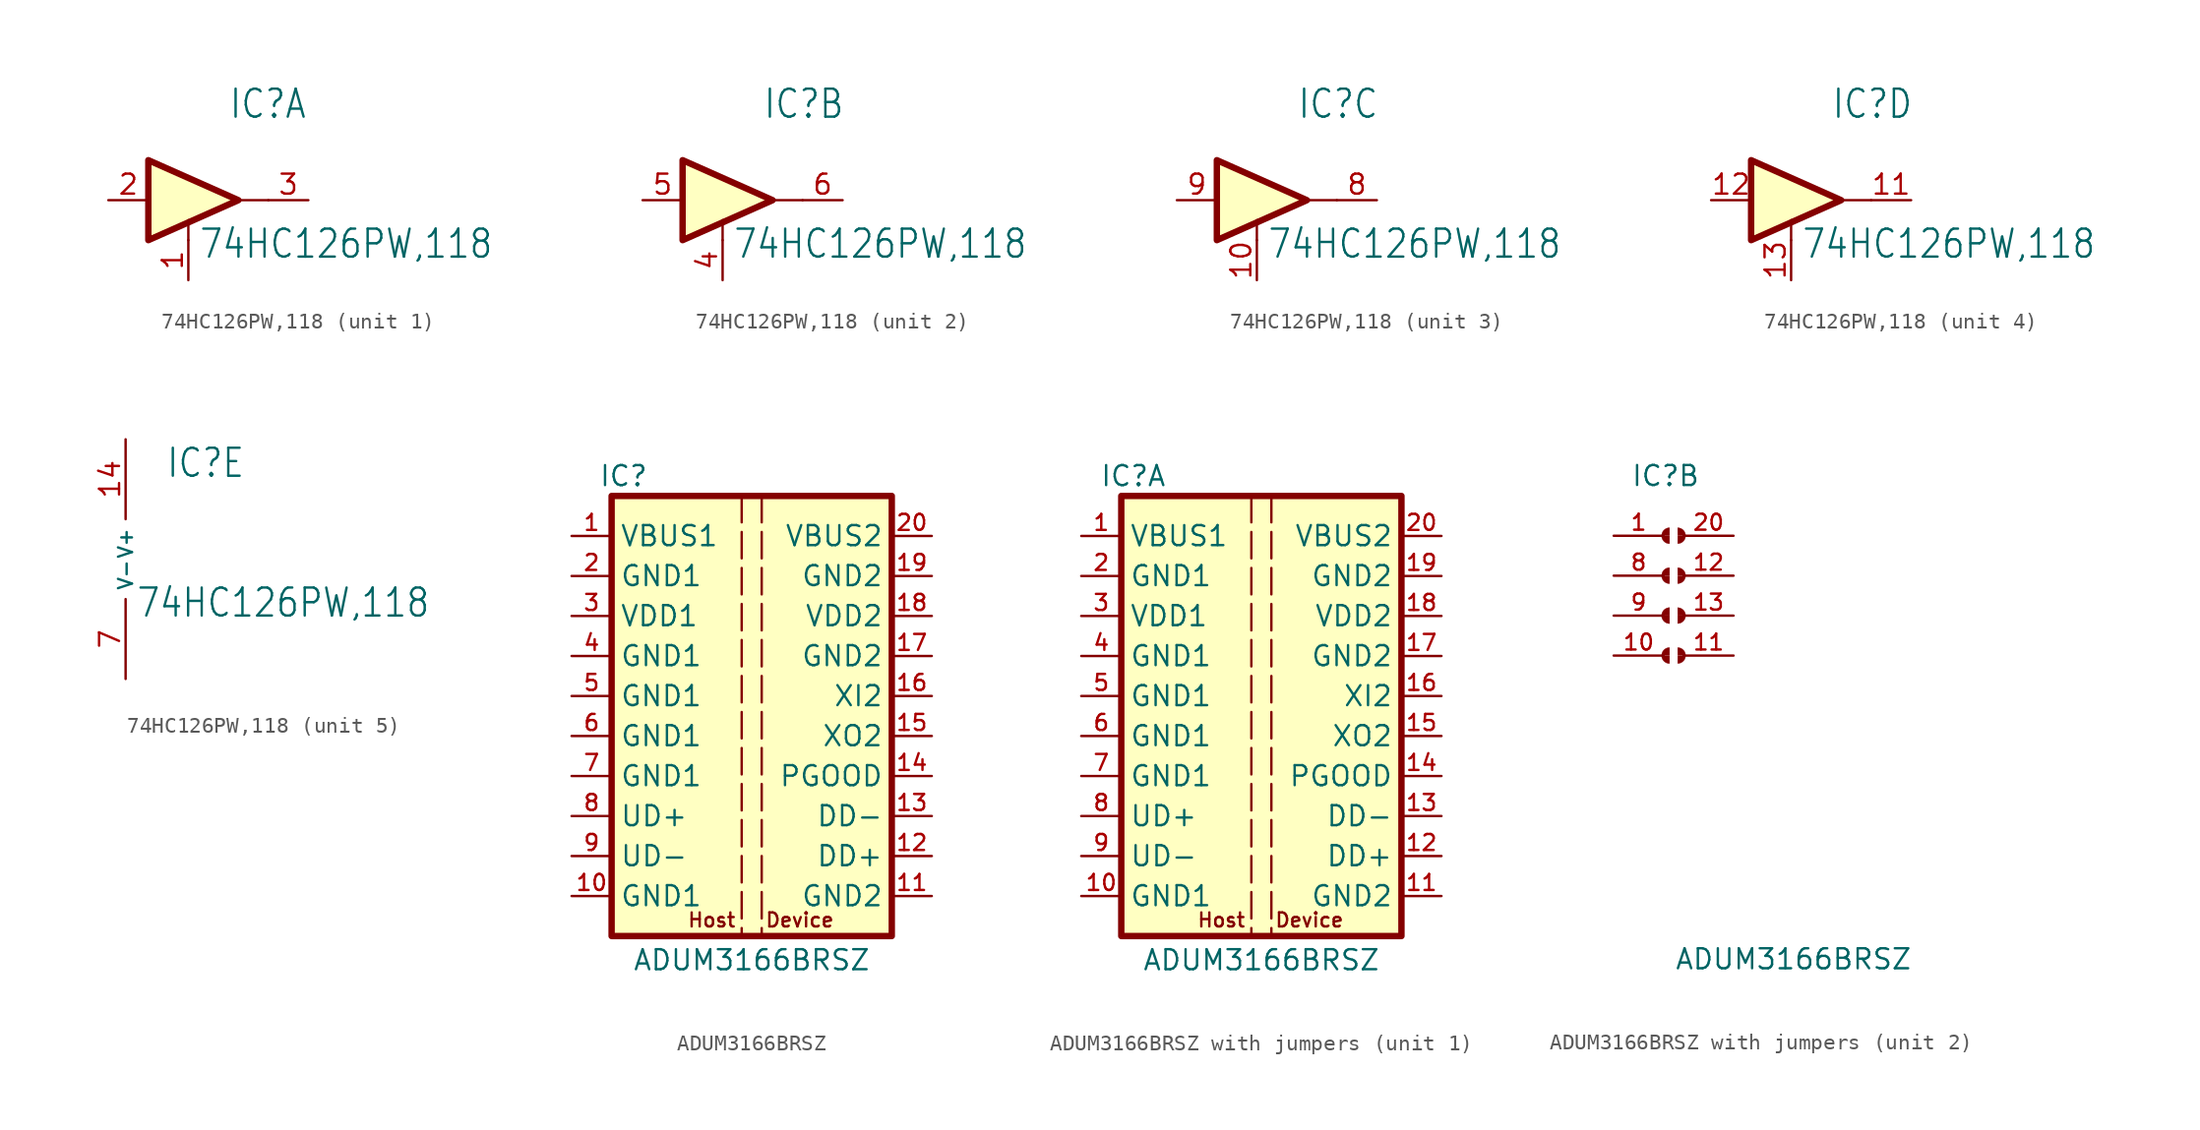
<source format=kicad_sym>
(kicad_symbol_lib
  (version 20241209)
  (generator "kicad_symbol_editor")
  (generator_version "9.0")
  (symbol "74HC126PW,118"
    (property "Reference" "IC"
      (at 2.54 5.08 0)
      (effects (font (size 1.778 1.511)) (justify left bottom)))
    (property "Value" "74HC126PW,118"
      (at 0.635 -3.81 0)
      (effects (font (size 1.778 1.511)) (justify left bottom)))
    (property "ki_locked" ""
      (at 0 0 0)
      (effects (font (size 1.27 1.27))))
    (symbol "74HC126PW,118_1_0"
      (polyline (pts (xy 0 -2.54) (xy 0 -1.27)) (stroke (width 0.152) (type solid)) (fill (type none)))
      (polyline (pts (xy 5.08 0) (xy 3.175 0)) (stroke (width 0.152) (type solid)) (fill (type none)))
      (pin input line (at -5.08 0 0) (length 2.54) (name "I" (effects (font (size 0 0)))) (number "2" (effects (font (size 1.27 1.27)))))
      (pin input line (at 0 -5.08 90) (length 2.54) (name "EN" (effects (font (size 0 0)))) (number "1" (effects (font (size 1.27 1.27)))))
      (pin tri_state line (at 7.62 0 180) (length 2.54) (name "O" (effects (font (size 0 0)))) (number "3" (effects (font (size 1.27 1.27))))))
    (symbol "74HC126PW,118_1_1"
      (polyline (pts (xy -2.54 2.54) (xy 3.175 0) (xy -2.54 -2.54) (xy -2.54 2.54)) (stroke (width 0.406) (type default)) (fill (type background))))
    (symbol "74HC126PW,118_2_0"
      (polyline (pts (xy 0 -2.54) (xy 0 -1.27)) (stroke (width 0.152) (type solid)) (fill (type none)))
      (polyline (pts (xy 5.08 0) (xy 3.175 0)) (stroke (width 0.152) (type solid)) (fill (type none)))
      (pin input line (at -5.08 0 0) (length 2.54) (name "I" (effects (font (size 0 0)))) (number "5" (effects (font (size 1.27 1.27)))))
      (pin input line (at 0 -5.08 90) (length 2.54) (name "EN" (effects (font (size 0 0)))) (number "4" (effects (font (size 1.27 1.27)))))
      (pin tri_state line (at 7.62 0 180) (length 2.54) (name "O" (effects (font (size 0 0)))) (number "6" (effects (font (size 1.27 1.27))))))
    (symbol "74HC126PW,118_2_1"
      (polyline (pts (xy -2.54 2.54) (xy 3.175 0) (xy -2.54 -2.54) (xy -2.54 2.54)) (stroke (width 0.406) (type default)) (fill (type background))))
    (symbol "74HC126PW,118_3_0"
      (polyline (pts (xy 0 -2.54) (xy 0 -1.27)) (stroke (width 0.152) (type solid)) (fill (type none)))
      (polyline (pts (xy 5.08 0) (xy 3.175 0)) (stroke (width 0.152) (type solid)) (fill (type none)))
      (pin input line (at -5.08 0 0) (length 2.54) (name "I" (effects (font (size 0 0)))) (number "9" (effects (font (size 1.27 1.27)))))
      (pin input line (at 0 -5.08 90) (length 2.54) (name "EN" (effects (font (size 0 0)))) (number "10" (effects (font (size 1.27 1.27)))))
      (pin tri_state line (at 7.62 0 180) (length 2.54) (name "O" (effects (font (size 0 0)))) (number "8" (effects (font (size 1.27 1.27))))))
    (symbol "74HC126PW,118_3_1"
      (polyline (pts (xy -2.54 2.54) (xy 3.175 0) (xy -2.54 -2.54) (xy -2.54 2.54)) (stroke (width 0.406) (type default)) (fill (type background))))
    (symbol "74HC126PW,118_4_0"
      (polyline (pts (xy 0 -2.54) (xy 0 -1.27)) (stroke (width 0.152) (type solid)) (fill (type none)))
      (polyline (pts (xy 5.08 0) (xy 3.175 0)) (stroke (width 0.152) (type solid)) (fill (type none)))
      (pin input line (at -5.08 0 0) (length 2.54) (name "I" (effects (font (size 0 0)))) (number "12" (effects (font (size 1.27 1.27)))))
      (pin input line (at 0 -5.08 90) (length 2.54) (name "EN" (effects (font (size 0 0)))) (number "13" (effects (font (size 1.27 1.27)))))
      (pin tri_state line (at 7.62 0 180) (length 2.54) (name "O" (effects (font (size 0 0)))) (number "11" (effects (font (size 1.27 1.27))))))
    (symbol "74HC126PW,118_4_1"
      (polyline (pts (xy -2.54 2.54) (xy 3.175 0) (xy -2.54 -2.54) (xy -2.54 2.54)) (stroke (width 0.406) (type default)) (fill (type background))))
    (symbol "74HC126PW,118_5_0"
      (pin power_in line (at 0 7.62 270) (length 5.08) (name "V+" (effects (font (size 0.889 0.889)))) (number "14" (effects (font (size 1.27 1.27)))))
      (pin power_in line (at 0 -7.62 90) (length 5.08) (name "V-" (effects (font (size 0.889 0.889)))) (number "7" (effects (font (size 1.27 1.27)))))))
  (symbol "ADUM3166BRSZ"
    (property "Reference" "IC"
      (at 3.302 3.81 0)
      (effects (font (size 1.27 1.27))))
    (property "Value" "ADUM3166BRSZ"
      (at 11.43 -26.924 0)
      (effects (font (size 1.27 1.27))))
    (symbol "ADUM3166BRSZ_1_1"
      (rectangle (start 2.54 2.54) (end 20.32 -25.4) (stroke (width 0.406) (type default)) (fill (type background)))
      (polyline (pts (xy 10.795 2.54) (xy 10.795 -25.4)) (stroke (width 0) (type dash)) (fill (type none)))
      (polyline (pts (xy 12.065 2.54) (xy 12.065 -25.4)) (stroke (width 0) (type dash)) (fill (type none)))
      (text "Host" (at 8.89 -24.384 0) (effects (font (size 0.889 0.889) (color 132 0 0 1))))
      (text "Device" (at 14.478 -24.384 0) (effects (font (size 0.889 0.889) (color 132 0 0 1))))
      (pin power_in line (at 0 0 0) (length 2.54) (name "VBUS1" (effects (font (size 1.27 1.27)))) (number "1" (effects (font (size 1.016 1.016)))))
      (pin power_in line (at 0 -2.54 0) (length 2.54) (name "GND1" (effects (font (size 1.27 1.27)))) (number "2" (effects (font (size 1.016 1.016)))))
      (pin power_in line (at 0 -5.08 0) (length 2.54) (name "VDD1" (effects (font (size 1.27 1.27)))) (number "3" (effects (font (size 1.016 1.016)))))
      (pin power_in line (at 0 -7.62 0) (length 2.54) (name "GND1" (effects (font (size 1.27 1.27)))) (number "4" (effects (font (size 1.016 1.016)))))
      (pin power_in line (at 0 -10.16 0) (length 2.54) (name "GND1" (effects (font (size 1.27 1.27)))) (number "5" (effects (font (size 1.016 1.016)))))
      (pin power_in line (at 0 -12.7 0) (length 2.54) (name "GND1" (effects (font (size 1.27 1.27)))) (number "6" (effects (font (size 1.016 1.016)))))
      (pin power_in line (at 0 -15.24 0) (length 2.54) (name "GND1" (effects (font (size 1.27 1.27)))) (number "7" (effects (font (size 1.016 1.016)))))
      (pin bidirectional line (at 0 -17.78 0) (length 2.54) (name "UD+" (effects (font (size 1.27 1.27)))) (number "8" (effects (font (size 1.016 1.016)))))
      (pin bidirectional line (at 0 -20.32 0) (length 2.54) (name "UD-" (effects (font (size 1.27 1.27)))) (number "9" (effects (font (size 1.016 1.016)))))
      (pin power_out line (at 0 -22.86 0) (length 2.54) (name "GND1" (effects (font (size 1.27 1.27)))) (number "10" (effects (font (size 1.016 1.016)))))
      (pin power_in line (at 22.86 0 180) (length 2.54) (name "VBUS2" (effects (font (size 1.27 1.27)))) (number "20" (effects (font (size 1.016 1.016)))))
      (pin power_in line (at 22.86 -2.54 180) (length 2.54) (name "GND2" (effects (font (size 1.27 1.27)))) (number "19" (effects (font (size 1.016 1.016)))))
      (pin power_in line (at 22.86 -5.08 180) (length 2.54) (name "VDD2" (effects (font (size 1.27 1.27)))) (number "18" (effects (font (size 1.016 1.016)))))
      (pin power_in line (at 22.86 -7.62 180) (length 2.54) (name "GND2" (effects (font (size 1.27 1.27)))) (number "17" (effects (font (size 1.016 1.016)))))
      (pin input line (at 22.86 -10.16 180) (length 2.54) (name "XI2" (effects (font (size 1.27 1.27)))) (number "16" (effects (font (size 1.016 1.016)))))
      (pin output line (at 22.86 -12.7 180) (length 2.54) (name "XO2" (effects (font (size 1.27 1.27)))) (number "15" (effects (font (size 1.016 1.016)))))
      (pin output line (at 22.86 -15.24 180) (length 2.54) (name "PGOOD" (effects (font (size 1.27 1.27)))) (number "14" (effects (font (size 1.016 1.016)))))
      (pin bidirectional line (at 22.86 -17.78 180) (length 2.54) (name "DD-" (effects (font (size 1.27 1.27)))) (number "13" (effects (font (size 1.016 1.016)))))
      (pin bidirectional line (at 22.86 -20.32 180) (length 2.54) (name "DD+" (effects (font (size 1.27 1.27)))) (number "12" (effects (font (size 1.016 1.016)))))
      (pin power_in line (at 22.86 -22.86 180) (length 2.54) (name "GND2" (effects (font (size 1.27 1.27)))) (number "11" (effects (font (size 1.016 1.016)))))))
  (symbol "ADUM3166BRSZ with jumpers"
    (property "Reference" "IC"
      (at 3.302 3.81 0)
      (effects (font (size 1.27 1.27))))
    (property "Value" "ADUM3166BRSZ"
      (at 11.43 -26.924 0)
      (effects (font (size 1.27 1.27))))
    (property "ki_locked" ""
      (at 0 0 0)
      (effects (font (size 1.27 1.27))))
    (symbol "ADUM3166BRSZ with jumpers_1_1"
      (rectangle (start 2.54 2.54) (end 20.32 -25.4) (stroke (width 0.406) (type default)) (fill (type background)))
      (polyline (pts (xy 10.795 2.54) (xy 10.795 -25.4)) (stroke (width 0) (type dash)) (fill (type none)))
      (polyline (pts (xy 12.065 2.54) (xy 12.065 -25.4)) (stroke (width 0) (type dash)) (fill (type none)))
      (text "Host" (at 8.89 -24.384 0) (effects (font (size 0.889 0.889) (color 132 0 0 1))))
      (text "Device" (at 14.478 -24.384 0) (effects (font (size 0.889 0.889) (color 132 0 0 1))))
      (pin power_in line (at 0 0 0) (length 2.54) (name "VBUS1" (effects (font (size 1.27 1.27)))) (number "1" (effects (font (size 1.016 1.016)))))
      (pin power_in line (at 0 -2.54 0) (length 2.54) (name "GND1" (effects (font (size 1.27 1.27)))) (number "2" (effects (font (size 1.016 1.016)))))
      (pin power_in line (at 0 -5.08 0) (length 2.54) (name "VDD1" (effects (font (size 1.27 1.27)))) (number "3" (effects (font (size 1.016 1.016)))))
      (pin power_in line (at 0 -7.62 0) (length 2.54) (name "GND1" (effects (font (size 1.27 1.27)))) (number "4" (effects (font (size 1.016 1.016)))))
      (pin power_in line (at 0 -10.16 0) (length 2.54) (name "GND1" (effects (font (size 1.27 1.27)))) (number "5" (effects (font (size 1.016 1.016)))))
      (pin power_in line (at 0 -12.7 0) (length 2.54) (name "GND1" (effects (font (size 1.27 1.27)))) (number "6" (effects (font (size 1.016 1.016)))))
      (pin power_in line (at 0 -15.24 0) (length 2.54) (name "GND1" (effects (font (size 1.27 1.27)))) (number "7" (effects (font (size 1.016 1.016)))))
      (pin bidirectional line (at 0 -17.78 0) (length 2.54) (name "UD+" (effects (font (size 1.27 1.27)))) (number "8" (effects (font (size 1.016 1.016)))))
      (pin bidirectional line (at 0 -20.32 0) (length 2.54) (name "UD-" (effects (font (size 1.27 1.27)))) (number "9" (effects (font (size 1.016 1.016)))))
      (pin power_out line (at 0 -22.86 0) (length 2.54) (name "GND1" (effects (font (size 1.27 1.27)))) (number "10" (effects (font (size 1.016 1.016)))))
      (pin power_in line (at 22.86 0 180) (length 2.54) (name "VBUS2" (effects (font (size 1.27 1.27)))) (number "20" (effects (font (size 1.016 1.016)))))
      (pin power_in line (at 22.86 -2.54 180) (length 2.54) (name "GND2" (effects (font (size 1.27 1.27)))) (number "19" (effects (font (size 1.016 1.016)))))
      (pin power_in line (at 22.86 -5.08 180) (length 2.54) (name "VDD2" (effects (font (size 1.27 1.27)))) (number "18" (effects (font (size 1.016 1.016)))))
      (pin power_in line (at 22.86 -7.62 180) (length 2.54) (name "GND2" (effects (font (size 1.27 1.27)))) (number "17" (effects (font (size 1.016 1.016)))))
      (pin input line (at 22.86 -10.16 180) (length 2.54) (name "XI2" (effects (font (size 1.27 1.27)))) (number "16" (effects (font (size 1.016 1.016)))))
      (pin output line (at 22.86 -12.7 180) (length 2.54) (name "XO2" (effects (font (size 1.27 1.27)))) (number "15" (effects (font (size 1.016 1.016)))))
      (pin output line (at 22.86 -15.24 180) (length 2.54) (name "PGOOD" (effects (font (size 1.27 1.27)))) (number "14" (effects (font (size 1.016 1.016)))))
      (pin bidirectional line (at 22.86 -17.78 180) (length 2.54) (name "DD-" (effects (font (size 1.27 1.27)))) (number "13" (effects (font (size 1.016 1.016)))))
      (pin bidirectional line (at 22.86 -20.32 180) (length 2.54) (name "DD+" (effects (font (size 1.27 1.27)))) (number "12" (effects (font (size 1.016 1.016)))))
      (pin power_in line (at 22.86 -22.86 180) (length 2.54) (name "GND2" (effects (font (size 1.27 1.27)))) (number "11" (effects (font (size 1.016 1.016))))))
    (symbol "ADUM3166BRSZ with jumpers_2_0"
      (arc (start 3.048 0) (mid 3.1968 0.3592) (end 3.556 0.508) (stroke (width 0.0001) (type solid)) (fill (type outline)))
      (arc (start 3.556 -0.508) (mid 3.1968 -0.3592) (end 3.048 0) (stroke (width 0.0001) (type solid)) (fill (type outline)))
      (arc (start 3.048 -2.54) (mid 3.1968 -2.1808) (end 3.556 -2.032) (stroke (width 0.0001) (type solid)) (fill (type outline)))
      (arc (start 3.556 -3.048) (mid 3.1968 -2.8992) (end 3.048 -2.54) (stroke (width 0.0001) (type solid)) (fill (type outline)))
      (arc (start 3.048 -5.08) (mid 3.1968 -4.7208) (end 3.556 -4.572) (stroke (width 0.0001) (type solid)) (fill (type outline)))
      (arc (start 3.556 -5.588) (mid 3.1968 -5.4392) (end 3.048 -5.08) (stroke (width 0.0001) (type solid)) (fill (type outline)))
      (arc (start 3.048 -7.62) (mid 3.1968 -7.2608) (end 3.556 -7.112) (stroke (width 0.0001) (type solid)) (fill (type outline)))
      (arc (start 3.556 -8.128) (mid 3.1968 -7.9792) (end 3.048 -7.62) (stroke (width 0.0001) (type solid)) (fill (type outline)))
      (arc (start 4.064 0.508) (mid 4.4232 0.3592) (end 4.572 0) (stroke (width 0.0001) (type solid)) (fill (type outline)))
      (arc (start 4.572 0) (mid 4.4232 -0.3592) (end 4.064 -0.508) (stroke (width 0.0001) (type solid)) (fill (type outline)))
      (arc (start 4.064 -2.032) (mid 4.4232 -2.1808) (end 4.572 -2.54) (stroke (width 0.0001) (type solid)) (fill (type outline)))
      (arc (start 4.572 -2.54) (mid 4.4232 -2.8992) (end 4.064 -3.048) (stroke (width 0.0001) (type solid)) (fill (type outline)))
      (arc (start 4.064 -4.572) (mid 4.4232 -4.7208) (end 4.572 -5.08) (stroke (width 0.0001) (type solid)) (fill (type outline)))
      (arc (start 4.572 -5.08) (mid 4.4232 -5.4392) (end 4.064 -5.588) (stroke (width 0.0001) (type solid)) (fill (type outline)))
      (arc (start 4.064 -7.112) (mid 4.4232 -7.2608) (end 4.572 -7.62) (stroke (width 0.0001) (type solid)) (fill (type outline)))
      (arc (start 4.572 -7.62) (mid 4.4232 -7.9792) (end 4.064 -8.128) (stroke (width 0.0001) (type solid)) (fill (type outline)))
      (pin passive line (at 0 0 0) (length 3.175) (name "+VBUS1" (effects (font (size 0 0)))) (number "1" (effects (font (size 1.016 1.016)))))
      (pin passive line (at 0 -2.54 0) (length 3.175) (name "UD+" (effects (font (size 0 0)))) (number "8" (effects (font (size 1.016 1.016)))))
      (pin passive line (at 0 -5.08 0) (length 3.175) (name "UD-" (effects (font (size 0 0)))) (number "9" (effects (font (size 1.016 1.016)))))
      (pin passive line (at 0 -7.62 0) (length 3.175) (name "GND1" (effects (font (size 0 0)))) (number "10" (effects (font (size 1.016 1.016)))))
      (pin passive line (at 7.62 0 180) (length 3.175) (name "VBUS2+" (effects (font (size 0 0)))) (number "20" (effects (font (size 1.016 1.016)))))
      (pin passive line (at 7.62 -2.54 180) (length 3.175) (name "DD+" (effects (font (size 0 0)))) (number "12" (effects (font (size 1.016 1.016)))))
      (pin passive line (at 7.62 -5.08 180) (length 3.175) (name "DD-" (effects (font (size 0 0)))) (number "13" (effects (font (size 1.016 1.016)))))
      (pin passive line (at 7.62 -7.62 180) (length 3.175) (name "GND2" (effects (font (size 0 0)))) (number "11" (effects (font (size 1.016 1.016))))))))
</source>
